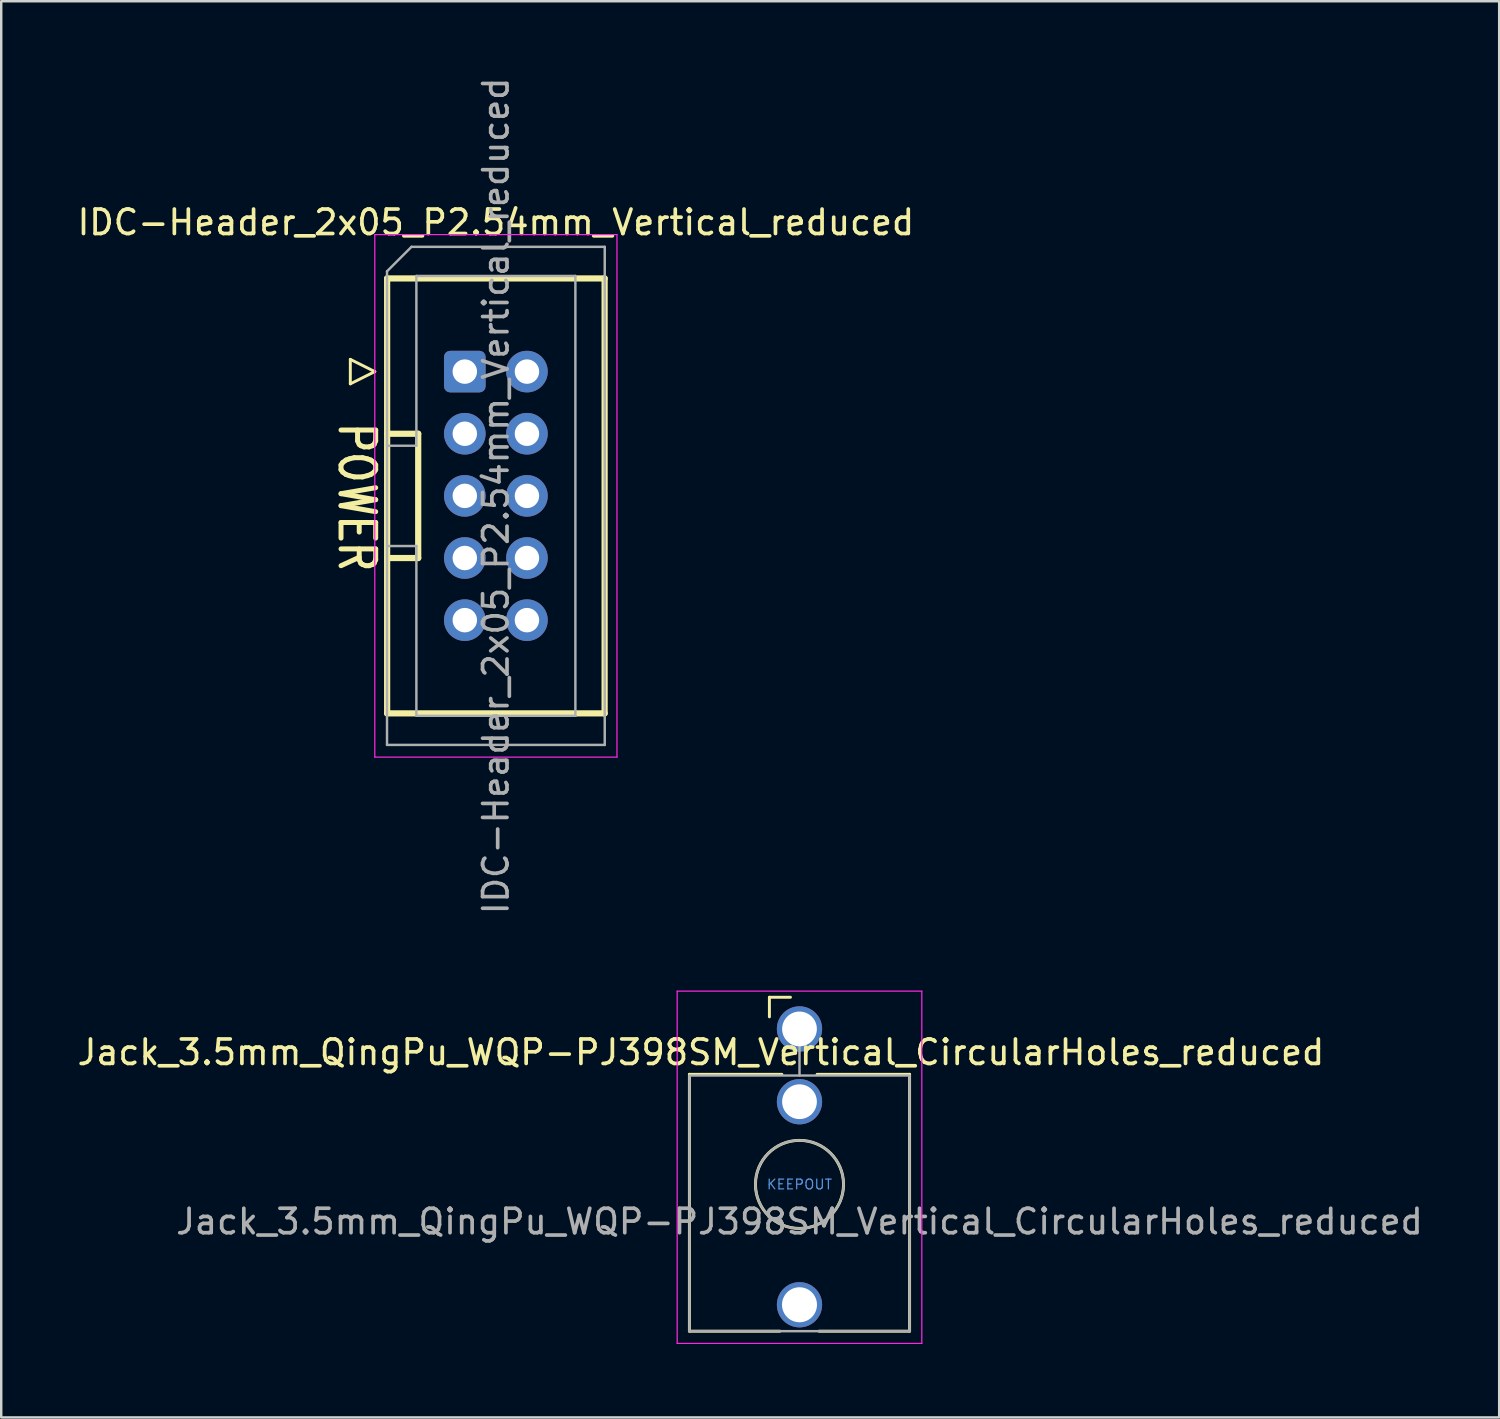
<source format=kicad_pcb>
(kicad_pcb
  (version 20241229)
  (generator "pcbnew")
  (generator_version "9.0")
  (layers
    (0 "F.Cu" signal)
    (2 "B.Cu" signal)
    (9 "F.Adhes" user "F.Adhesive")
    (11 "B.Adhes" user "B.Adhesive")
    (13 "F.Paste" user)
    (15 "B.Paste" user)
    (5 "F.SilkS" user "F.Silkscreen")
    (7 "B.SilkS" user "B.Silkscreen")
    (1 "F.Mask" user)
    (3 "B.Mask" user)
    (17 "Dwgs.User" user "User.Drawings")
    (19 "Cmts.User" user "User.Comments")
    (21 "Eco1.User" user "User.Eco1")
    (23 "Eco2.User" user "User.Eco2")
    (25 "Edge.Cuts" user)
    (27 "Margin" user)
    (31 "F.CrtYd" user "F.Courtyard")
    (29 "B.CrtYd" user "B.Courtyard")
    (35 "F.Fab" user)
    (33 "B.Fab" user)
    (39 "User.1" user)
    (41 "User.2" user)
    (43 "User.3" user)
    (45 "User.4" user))
  (footprint "Jack_3.5mm_QingPu_WQP-PJ398SM_Vertical_CircularHoles_reduced"
    (layer "F.Cu")
    (at 29.631 38.885)
    (property "Reference" "Jack_3.5mm_QingPu_WQP-PJ398SM_Vertical_CircularHoles_reduced" (at -4.03 1.08 180) (layer "F.SilkS") (effects (font (size 1 1) (thickness 0.15))))
    (attr through_hole)
    (fp_line (start -4.5 1.98) (end -4.5 12.48) (stroke (width 0.12) (type solid)) (layer "F.SilkS"))
    (fp_line (start -1.23 -1.17) (end -1.23 -0.37) (stroke (width 0.12) (type solid)) (layer "F.SilkS"))
    (fp_line (start -1.23 -1.17) (end -0.37 -1.17) (stroke (width 0.12) (type solid)) (layer "F.SilkS"))
    (fp_line (start -0.8 12.48) (end -4.5 12.48) (stroke (width 0.12) (type solid)) (layer "F.SilkS"))
    (fp_line (start -0.72 1.98) (end -4.5 1.98) (stroke (width 0.12) (type solid)) (layer "F.SilkS"))
    (fp_line (start 4.5 1.98) (end 0.72 1.98) (stroke (width 0.12) (type solid)) (layer "F.SilkS"))
    (fp_line (start 4.5 1.98) (end 4.5 12.48) (stroke (width 0.12) (type solid)) (layer "F.SilkS"))
    (fp_line (start 4.5 12.48) (end 0.8 12.48) (stroke (width 0.12) (type solid)) (layer "F.SilkS"))
    (fp_circle (center 0 6.48) (end 1.8 6.48) (stroke (width 0.12) (type solid)) (fill no) (layer "F.SilkS"))
    (fp_line (start -5 12.98) (end -5 -1.42) (stroke (width 0.05) (type solid)) (layer "F.CrtYd"))
    (fp_line (start 5 -1.42) (end -5 -1.42) (stroke (width 0.05) (type solid)) (layer "F.CrtYd"))
    (fp_line (start 5 12.98) (end -5 12.98) (stroke (width 0.05) (type solid)) (layer "F.CrtYd"))
    (fp_line (start 5 12.98) (end 5 -1.42) (stroke (width 0.05) (type solid)) (layer "F.CrtYd"))
    (fp_line (start -4.5 12.48) (end -4.5 2.08) (stroke (width 0.1) (type solid)) (layer "F.Fab"))
    (fp_line (start 0 0) (end 0 2.03) (stroke (width 0.1) (type solid)) (layer "F.Fab"))
    (fp_line (start 4.5 2.03) (end -4.5 2.03) (stroke (width 0.1) (type solid)) (layer "F.Fab"))
    (fp_line (start 4.5 12.48) (end -4.5 12.48) (stroke (width 0.1) (type solid)) (layer "F.Fab"))
    (fp_line (start 4.5 12.48) (end 4.5 2.08) (stroke (width 0.1) (type solid)) (layer "F.Fab"))
    (fp_circle (center 0 6.48) (end 1.8 6.48) (stroke (width 0.1) (type solid)) (fill no) (layer "F.Fab"))
    (fp_text user "KEEPOUT" (at 0 6.48 0) (layer "Cmts.User") (effects (font (size 0.4 0.4) (thickness 0.051))))
    (fp_text user "${REFERENCE}" (at 0 8 180) (layer "F.Fab") (effects (font (size 1 1) (thickness 0.15))))
    (pad "S" thru_hole circle (at 0 0.125 180) (size 1.85 1.85) (drill 1.42) (layers "*.Cu" "*.Mask"))
    (pad "T" thru_hole circle (at 0 11.4 180) (size 1.85 1.85) (drill 1.43) (layers "*.Cu" "*.Mask"))
    (pad "TN" thru_hole circle (at 0 3.1 180) (size 1.85 1.85) (drill 1.42) (layers "*.Cu" "*.Mask"))
    (zone (net_name "") (layer "F.Cu") (hatch full 0.508) (connect_pads) (min_thickness 0.254) (filled_areas_thickness no) (keepout (tracks not_allowed) (vias not_allowed) (pads not_allowed) (copperpour not_allowed) (footprints not_allowed)) (placement (enabled no)) (fill) (polygon (pts (xy 31.136 45.365) (xy 31.116 45.12) (xy 31.056 44.88) (xy 30.958 44.654) (xy 30.824 44.447) (xy 30.658 44.265) (xy 30.464 44.112) (xy 30.248 43.993) (xy 30.016 43.91) (xy 29.773 43.867) (xy 29.526 43.864) (xy 29.282 43.901) (xy 29.048 43.978) (xy 28.829 44.092) (xy 28.632 44.24) (xy 28.461 44.418) (xy 28.322 44.622) (xy 28.219 44.846) (xy 28.153 45.083) (xy 28.127 45.329) (xy 28.141 45.575) (xy 28.195 45.816) (xy 28.288 46.044) (xy 28.417 46.254) (xy 28.578 46.441) (xy 28.768 46.598) (xy 28.981 46.723) (xy 29.211 46.811) (xy 29.453 46.86) (xy 29.699 46.869) (xy 29.944 46.838) (xy 30.18 46.767) (xy 30.402 46.658) (xy 30.603 46.515) (xy 30.777 46.341) (xy 30.921 46.141) (xy 31.031 45.92) (xy 31.102 45.684) (xy 31.135 45.439)))))
  (footprint "IDC-Header_2x05_P2.54mm_Vertical_reduced"
    (layer "F.Cu")
    (at 15.95 12.14)
    (property "Reference" "IDC-Header_2x05_P2.54mm_Vertical_reduced" (at 1.27 -6.1 0) (layer "F.SilkS") (effects (font (size 1 1) (thickness 0.15))))
    (attr through_hole)
    (fp_line (start -5.06 3.814) (end -5.06 4.009) (stroke (width 0.203) (type solid)) (layer "F.SilkS"))
    (fp_line (start -5.06 4.009) (end -4.991 4.108) (stroke (width 0.203) (type solid)) (layer "F.SilkS"))
    (fp_line (start -5.06 6.168) (end -5.06 6.806) (stroke (width 0.203) (type solid)) (layer "F.SilkS"))
    (fp_line (start -4.991 3.715) (end -5.06 3.814) (stroke (width 0.203) (type solid)) (layer "F.SilkS"))
    (fp_line (start -4.991 4.108) (end -4.857 4.205) (stroke (width 0.203) (type solid)) (layer "F.SilkS"))
    (fp_line (start -4.857 3.616) (end -4.991 3.715) (stroke (width 0.203) (type solid)) (layer "F.SilkS"))
    (fp_line (start -4.857 4.205) (end -4.722 4.253) (stroke (width 0.203) (type solid)) (layer "F.SilkS"))
    (fp_line (start -4.722 3.567) (end -4.857 3.616) (stroke (width 0.203) (type solid)) (layer "F.SilkS"))
    (fp_line (start -4.722 4.253) (end -4.519 4.304) (stroke (width 0.203) (type solid)) (layer "F.SilkS"))
    (fp_line (start -4.68 -0.5) (end -4.68 0.5) (stroke (width 0.12) (type solid)) (layer "F.SilkS"))
    (fp_line (start -4.68 0.5) (end -3.68 0) (stroke (width 0.12) (type solid)) (layer "F.SilkS"))
    (fp_line (start -4.519 3.519) (end -4.722 3.567) (stroke (width 0.203) (type solid)) (layer "F.SilkS"))
    (fp_line (start -4.519 4.304) (end -4.181 4.304) (stroke (width 0.203) (type solid)) (layer "F.SilkS"))
    (fp_line (start -4.384 2.831) (end -4.384 2.389) (stroke (width 0.203) (type solid)) (layer "F.SilkS"))
    (fp_line (start -4.316 2.978) (end -4.384 2.831) (stroke (width 0.203) (type solid)) (layer "F.SilkS"))
    (fp_line (start -4.316 6.168) (end -4.316 6.559) (stroke (width 0.203) (type solid)) (layer "F.SilkS"))
    (fp_line (start -4.316 7.591) (end -5.06 7.934) (stroke (width 0.203) (type solid)) (layer "F.SilkS"))
    (fp_line (start -4.316 7.69) (end -4.316 7.248) (stroke (width 0.203) (type solid)) (layer "F.SilkS"))
    (fp_line (start -4.25 3.029) (end -4.316 2.978) (stroke (width 0.203) (type solid)) (layer "F.SilkS"))
    (fp_line (start -4.25 7.837) (end -4.316 7.69) (stroke (width 0.203) (type solid)) (layer "F.SilkS"))
    (fp_line (start -4.181 3.519) (end -4.519 3.519) (stroke (width 0.203) (type solid)) (layer "F.SilkS"))
    (fp_line (start -4.181 4.304) (end -3.981 4.253) (stroke (width 0.203) (type solid)) (layer "F.SilkS"))
    (fp_line (start -4.181 7.885) (end -4.25 7.837) (stroke (width 0.203) (type solid)) (layer "F.SilkS"))
    (fp_line (start -4.115 3.077) (end -4.25 3.029) (stroke (width 0.203) (type solid)) (layer "F.SilkS"))
    (fp_line (start -4.047 7.934) (end -4.181 7.885) (stroke (width 0.203) (type solid)) (layer "F.SilkS"))
    (fp_line (start -3.981 3.567) (end -4.181 3.519) (stroke (width 0.203) (type solid)) (layer "F.SilkS"))
    (fp_line (start -3.981 4.253) (end -3.843 4.205) (stroke (width 0.203) (type solid)) (layer "F.SilkS"))
    (fp_line (start -3.912 3.077) (end -4.115 3.077) (stroke (width 0.203) (type solid)) (layer "F.SilkS"))
    (fp_line (start -3.912 7.934) (end -4.047 7.934) (stroke (width 0.203) (type solid)) (layer "F.SilkS"))
    (fp_line (start -3.843 3.616) (end -3.981 3.567) (stroke (width 0.203) (type solid)) (layer "F.SilkS"))
    (fp_line (start -3.843 4.205) (end -3.709 4.108) (stroke (width 0.203) (type solid)) (layer "F.SilkS"))
    (fp_line (start -3.777 3.029) (end -3.912 3.077) (stroke (width 0.203) (type solid)) (layer "F.SilkS"))
    (fp_line (start -3.777 7.885) (end -3.912 7.934) (stroke (width 0.203) (type solid)) (layer "F.SilkS"))
    (fp_line (start -3.709 2.978) (end -3.777 3.029) (stroke (width 0.203) (type solid)) (layer "F.SilkS"))
    (fp_line (start -3.709 3.715) (end -3.843 3.616) (stroke (width 0.203) (type solid)) (layer "F.SilkS"))
    (fp_line (start -3.709 4.108) (end -3.643 4.009) (stroke (width 0.203) (type solid)) (layer "F.SilkS"))
    (fp_line (start -3.709 7.837) (end -3.777 7.885) (stroke (width 0.203) (type solid)) (layer "F.SilkS"))
    (fp_line (start -3.68 0) (end -4.68 -0.5) (stroke (width 0.12) (type solid)) (layer "F.SilkS"))
    (fp_line (start -3.643 2.389) (end -5.06 2.389) (stroke (width 0.203) (type solid)) (layer "F.SilkS"))
    (fp_line (start -3.643 2.389) (end -3.643 2.831) (stroke (width 0.203) (type solid)) (layer "F.SilkS"))
    (fp_line (start -3.643 2.831) (end -3.709 2.978) (stroke (width 0.203) (type solid)) (layer "F.SilkS"))
    (fp_line (start -3.643 3.814) (end -3.709 3.715) (stroke (width 0.203) (type solid)) (layer "F.SilkS"))
    (fp_line (start -3.643 4.009) (end -3.643 3.814) (stroke (width 0.203) (type solid)) (layer "F.SilkS"))
    (fp_line (start -3.643 4.746) (end -5.06 4.99) (stroke (width 0.203) (type solid)) (layer "F.SilkS"))
    (fp_line (start -3.643 5.236) (end -5.06 4.99) (stroke (width 0.203) (type solid)) (layer "F.SilkS"))
    (fp_line (start -3.643 5.236) (end -5.06 5.48) (stroke (width 0.203) (type solid)) (layer "F.SilkS"))
    (fp_line (start -3.643 5.726) (end -5.06 5.48) (stroke (width 0.203) (type solid)) (layer "F.SilkS"))
    (fp_line (start -3.643 6.168) (end -5.06 6.168) (stroke (width 0.203) (type solid)) (layer "F.SilkS"))
    (fp_line (start -3.643 6.168) (end -3.643 6.806) (stroke (width 0.203) (type solid)) (layer "F.SilkS"))
    (fp_line (start -3.643 7.248) (end -5.06 7.248) (stroke (width 0.203) (type solid)) (layer "F.SilkS"))
    (fp_line (start -3.643 7.248) (end -3.643 7.69) (stroke (width 0.203) (type solid)) (layer "F.SilkS"))
    (fp_line (start -3.643 7.69) (end -3.709 7.837) (stroke (width 0.203) (type solid)) (layer "F.SilkS"))
    (fp_line (start -3.175 -3.809) (end -3.175 13.971) (stroke (width 0.254) (type solid)) (layer "F.SilkS"))
    (fp_line (start -3.175 2.541) (end -1.905 2.541) (stroke (width 0.254) (type solid)) (layer "F.SilkS"))
    (fp_line (start -3.175 13.971) (end 5.715 13.971) (stroke (width 0.254) (type solid)) (layer "F.SilkS"))
    (fp_line (start -1.98 7.13) (end -1.98 7.13) (stroke (width 0.12) (type solid)) (layer "F.SilkS"))
    (fp_line (start -1.905 2.541) (end -1.905 7.621) (stroke (width 0.254) (type solid)) (layer "F.SilkS"))
    (fp_line (start -1.905 7.621) (end -3.175 7.621) (stroke (width 0.254) (type solid)) (layer "F.SilkS"))
    (fp_line (start 5.715 -3.809) (end -3.175 -3.809) (stroke (width 0.254) (type solid)) (layer "F.SilkS"))
    (fp_line (start 5.715 13.971) (end 5.715 -3.809) (stroke (width 0.254) (type solid)) (layer "F.SilkS"))
    (fp_line (start -3.68 -5.6) (end -3.68 15.76) (stroke (width 0.05) (type solid)) (layer "F.CrtYd"))
    (fp_line (start -3.68 15.76) (end 6.22 15.76) (stroke (width 0.05) (type solid)) (layer "F.CrtYd"))
    (fp_line (start 6.22 -5.6) (end -3.68 -5.6) (stroke (width 0.05) (type solid)) (layer "F.CrtYd"))
    (fp_line (start 6.22 15.76) (end 6.22 -5.6) (stroke (width 0.05) (type solid)) (layer "F.CrtYd"))
    (fp_line (start -3.18 -4.1) (end -2.18 -5.1) (stroke (width 0.1) (type solid)) (layer "F.Fab"))
    (fp_line (start -3.18 3.03) (end -1.98 3.03) (stroke (width 0.1) (type solid)) (layer "F.Fab"))
    (fp_line (start -3.18 15.26) (end -3.18 -4.1) (stroke (width 0.1) (type solid)) (layer "F.Fab"))
    (fp_line (start -2.18 -5.1) (end 5.72 -5.1) (stroke (width 0.1) (type solid)) (layer "F.Fab"))
    (fp_line (start -1.98 -3.91) (end 4.52 -3.91) (stroke (width 0.1) (type solid)) (layer "F.Fab"))
    (fp_line (start -1.98 3.03) (end -1.98 -3.91) (stroke (width 0.1) (type solid)) (layer "F.Fab"))
    (fp_line (start -1.98 7.13) (end -3.18 7.13) (stroke (width 0.1) (type solid)) (layer "F.Fab"))
    (fp_line (start -1.98 7.13) (end -1.98 7.13) (stroke (width 0.1) (type solid)) (layer "F.Fab"))
    (fp_line (start -1.98 14.07) (end -1.98 7.13) (stroke (width 0.1) (type solid)) (layer "F.Fab"))
    (fp_line (start 4.52 -3.91) (end 4.52 14.07) (stroke (width 0.1) (type solid)) (layer "F.Fab"))
    (fp_line (start 4.52 14.07) (end -1.98 14.07) (stroke (width 0.1) (type solid)) (layer "F.Fab"))
    (fp_line (start 5.72 -5.1) (end 5.72 15.26) (stroke (width 0.1) (type solid)) (layer "F.Fab"))
    (fp_line (start 5.72 15.26) (end -3.18 15.26) (stroke (width 0.1) (type solid)) (layer "F.Fab"))
    (fp_text user "${REFERENCE}" (at 1.27 5.08 270) (layer "F.Fab") (effects (font (size 1 1) (thickness 0.15))))
    (pad "1" thru_hole roundrect (at 0 0) (size 1.7 1.7) (drill 1) (layers "*.Cu" "*.Mask") (roundrect_rratio 0.147))
    (pad "2" thru_hole circle (at 2.54 0) (size 1.7 1.7) (drill 1) (layers "*.Cu" "*.Mask"))
    (pad "3" thru_hole circle (at 0 2.54) (size 1.7 1.7) (drill 1) (layers "*.Cu" "*.Mask"))
    (pad "4" thru_hole circle (at 2.54 2.54) (size 1.7 1.7) (drill 1) (layers "*.Cu" "*.Mask"))
    (pad "5" thru_hole circle (at 0 5.08) (size 1.7 1.7) (drill 1) (layers "*.Cu" "*.Mask"))
    (pad "6" thru_hole circle (at 2.54 5.08) (size 1.7 1.7) (drill 1) (layers "*.Cu" "*.Mask"))
    (pad "7" thru_hole circle (at 0 7.62) (size 1.7 1.7) (drill 1) (layers "*.Cu" "*.Mask"))
    (pad "8" thru_hole circle (at 2.54 7.62) (size 1.7 1.7) (drill 1) (layers "*.Cu" "*.Mask"))
    (pad "9" thru_hole circle (at 0 10.16) (size 1.7 1.7) (drill 1) (layers "*.Cu" "*.Mask"))
    (pad "10" thru_hole circle (at 2.54 10.16) (size 1.7 1.7) (drill 1) (layers "*.Cu" "*.Mask")))
  (gr_rect
    (start -3 -3)
    (end 58.232 54.89)
    (stroke (width 0.1) (type default))
    (fill no)
    (layer "Edge.Cuts")))
</source>
